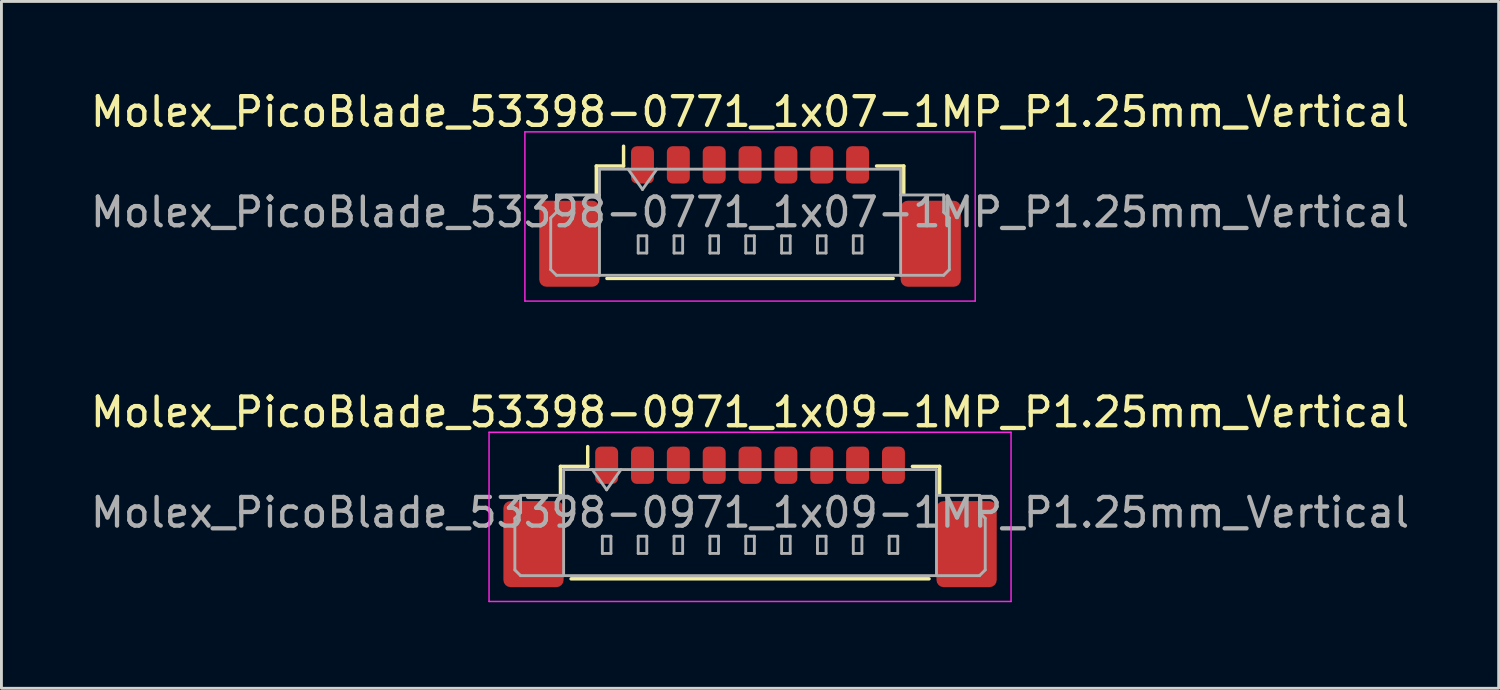
<source format=kicad_pcb>
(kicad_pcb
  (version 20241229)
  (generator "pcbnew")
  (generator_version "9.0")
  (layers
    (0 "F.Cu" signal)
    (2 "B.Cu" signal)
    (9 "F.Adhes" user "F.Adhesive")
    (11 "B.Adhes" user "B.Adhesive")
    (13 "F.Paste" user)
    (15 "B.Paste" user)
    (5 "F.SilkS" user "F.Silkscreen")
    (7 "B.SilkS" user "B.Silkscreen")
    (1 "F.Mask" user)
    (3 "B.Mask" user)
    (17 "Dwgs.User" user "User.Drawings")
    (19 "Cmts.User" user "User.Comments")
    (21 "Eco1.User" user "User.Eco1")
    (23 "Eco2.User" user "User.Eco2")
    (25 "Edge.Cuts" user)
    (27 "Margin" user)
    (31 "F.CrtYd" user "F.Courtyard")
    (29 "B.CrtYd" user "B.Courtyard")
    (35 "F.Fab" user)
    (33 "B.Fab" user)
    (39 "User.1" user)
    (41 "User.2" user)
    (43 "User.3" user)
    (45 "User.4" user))
  (footprint "Molex_PicoBlade_53398-0771_1x07-1MP_P1.25mm_Vertical"
    (layer "F.Cu")
    (at 23.101 3.948)
    (property "Reference" "Molex_PicoBlade_53398-0771_1x07-1MP_P1.25mm_Vertical" (at 0 -3.1 0) (layer "F.SilkS") (effects (font (size 1 1) (thickness 0.15))))
    (attr smd)
    (fp_line (start -5.36 -1.21) (end -4.41 -1.21) (stroke (width 0.12) (type solid)) (layer "F.SilkS"))
    (fp_line (start -5.36 -0.26) (end -5.36 -1.21) (stroke (width 0.12) (type solid)) (layer "F.SilkS"))
    (fp_line (start -4.99 2.71) (end 4.99 2.71) (stroke (width 0.12) (type solid)) (layer "F.SilkS"))
    (fp_line (start -4.41 -1.21) (end -4.41 -1.9) (stroke (width 0.12) (type solid)) (layer "F.SilkS"))
    (fp_line (start 5.36 -1.21) (end 4.41 -1.21) (stroke (width 0.12) (type solid)) (layer "F.SilkS"))
    (fp_line (start 5.36 -0.26) (end 5.36 -1.21) (stroke (width 0.12) (type solid)) (layer "F.SilkS"))
    (fp_line (start -7.85 -2.4) (end -7.85 3.5) (stroke (width 0.05) (type solid)) (layer "F.CrtYd"))
    (fp_line (start -7.85 3.5) (end 7.85 3.5) (stroke (width 0.05) (type solid)) (layer "F.CrtYd"))
    (fp_line (start 7.85 -2.4) (end -7.85 -2.4) (stroke (width 0.05) (type solid)) (layer "F.CrtYd"))
    (fp_line (start 7.85 3.5) (end 7.85 -2.4) (stroke (width 0.05) (type solid)) (layer "F.CrtYd"))
    (fp_line (start -6.95 0.6) (end -6.75 0.4) (stroke (width 0.1) (type solid)) (layer "F.Fab"))
    (fp_line (start -6.95 2.4) (end -6.95 0.6) (stroke (width 0.1) (type solid)) (layer "F.Fab"))
    (fp_line (start -6.75 -0.2) (end -5.25 -0.2) (stroke (width 0.1) (type solid)) (layer "F.Fab"))
    (fp_line (start -6.75 0.4) (end -6.75 -0.2) (stroke (width 0.1) (type solid)) (layer "F.Fab"))
    (fp_line (start -6.75 2.6) (end -6.95 2.4) (stroke (width 0.1) (type solid)) (layer "F.Fab"))
    (fp_line (start -5.25 -1.1) (end -5.25 2.6) (stroke (width 0.1) (type solid)) (layer "F.Fab"))
    (fp_line (start -5.25 -1.1) (end 5.25 -1.1) (stroke (width 0.1) (type solid)) (layer "F.Fab"))
    (fp_line (start -5.25 2.6) (end -6.75 2.6) (stroke (width 0.1) (type solid)) (layer "F.Fab"))
    (fp_line (start -5.25 2.6) (end 5.25 2.6) (stroke (width 0.1) (type solid)) (layer "F.Fab"))
    (fp_line (start -4.25 -1.1) (end -3.75 -0.393) (stroke (width 0.1) (type solid)) (layer "F.Fab"))
    (fp_line (start -3.9 1.225) (end -3.9 1.825) (stroke (width 0.1) (type solid)) (layer "F.Fab"))
    (fp_line (start -3.9 1.825) (end -3.6 1.825) (stroke (width 0.1) (type solid)) (layer "F.Fab"))
    (fp_line (start -3.75 -0.393) (end -3.25 -1.1) (stroke (width 0.1) (type solid)) (layer "F.Fab"))
    (fp_line (start -3.6 1.225) (end -3.9 1.225) (stroke (width 0.1) (type solid)) (layer "F.Fab"))
    (fp_line (start -3.6 1.825) (end -3.6 1.225) (stroke (width 0.1) (type solid)) (layer "F.Fab"))
    (fp_line (start -2.65 1.225) (end -2.65 1.825) (stroke (width 0.1) (type solid)) (layer "F.Fab"))
    (fp_line (start -2.65 1.825) (end -2.35 1.825) (stroke (width 0.1) (type solid)) (layer "F.Fab"))
    (fp_line (start -2.35 1.225) (end -2.65 1.225) (stroke (width 0.1) (type solid)) (layer "F.Fab"))
    (fp_line (start -2.35 1.825) (end -2.35 1.225) (stroke (width 0.1) (type solid)) (layer "F.Fab"))
    (fp_line (start -1.4 1.225) (end -1.4 1.825) (stroke (width 0.1) (type solid)) (layer "F.Fab"))
    (fp_line (start -1.4 1.825) (end -1.1 1.825) (stroke (width 0.1) (type solid)) (layer "F.Fab"))
    (fp_line (start -1.1 1.225) (end -1.4 1.225) (stroke (width 0.1) (type solid)) (layer "F.Fab"))
    (fp_line (start -1.1 1.825) (end -1.1 1.225) (stroke (width 0.1) (type solid)) (layer "F.Fab"))
    (fp_line (start -0.15 1.225) (end -0.15 1.825) (stroke (width 0.1) (type solid)) (layer "F.Fab"))
    (fp_line (start -0.15 1.825) (end 0.15 1.825) (stroke (width 0.1) (type solid)) (layer "F.Fab"))
    (fp_line (start 0.15 1.225) (end -0.15 1.225) (stroke (width 0.1) (type solid)) (layer "F.Fab"))
    (fp_line (start 0.15 1.825) (end 0.15 1.225) (stroke (width 0.1) (type solid)) (layer "F.Fab"))
    (fp_line (start 1.1 1.225) (end 1.1 1.825) (stroke (width 0.1) (type solid)) (layer "F.Fab"))
    (fp_line (start 1.1 1.825) (end 1.4 1.825) (stroke (width 0.1) (type solid)) (layer "F.Fab"))
    (fp_line (start 1.4 1.225) (end 1.1 1.225) (stroke (width 0.1) (type solid)) (layer "F.Fab"))
    (fp_line (start 1.4 1.825) (end 1.4 1.225) (stroke (width 0.1) (type solid)) (layer "F.Fab"))
    (fp_line (start 2.35 1.225) (end 2.35 1.825) (stroke (width 0.1) (type solid)) (layer "F.Fab"))
    (fp_line (start 2.35 1.825) (end 2.65 1.825) (stroke (width 0.1) (type solid)) (layer "F.Fab"))
    (fp_line (start 2.65 1.225) (end 2.35 1.225) (stroke (width 0.1) (type solid)) (layer "F.Fab"))
    (fp_line (start 2.65 1.825) (end 2.65 1.225) (stroke (width 0.1) (type solid)) (layer "F.Fab"))
    (fp_line (start 3.6 1.225) (end 3.6 1.825) (stroke (width 0.1) (type solid)) (layer "F.Fab"))
    (fp_line (start 3.6 1.825) (end 3.9 1.825) (stroke (width 0.1) (type solid)) (layer "F.Fab"))
    (fp_line (start 3.9 1.225) (end 3.6 1.225) (stroke (width 0.1) (type solid)) (layer "F.Fab"))
    (fp_line (start 3.9 1.825) (end 3.9 1.225) (stroke (width 0.1) (type solid)) (layer "F.Fab"))
    (fp_line (start 5.25 -1.1) (end 5.25 2.6) (stroke (width 0.1) (type solid)) (layer "F.Fab"))
    (fp_line (start 5.25 2.6) (end 6.75 2.6) (stroke (width 0.1) (type solid)) (layer "F.Fab"))
    (fp_line (start 6.75 -0.2) (end 5.25 -0.2) (stroke (width 0.1) (type solid)) (layer "F.Fab"))
    (fp_line (start 6.75 0.4) (end 6.75 -0.2) (stroke (width 0.1) (type solid)) (layer "F.Fab"))
    (fp_line (start 6.75 2.6) (end 6.95 2.4) (stroke (width 0.1) (type solid)) (layer "F.Fab"))
    (fp_line (start 6.95 0.6) (end 6.75 0.4) (stroke (width 0.1) (type solid)) (layer "F.Fab"))
    (fp_line (start 6.95 2.4) (end 6.95 0.6) (stroke (width 0.1) (type solid)) (layer "F.Fab"))
    (fp_text user "${REFERENCE}" (at 0 0.4 0) (layer "F.Fab") (effects (font (size 1 1) (thickness 0.15))))
    (pad "1" smd roundrect (at -3.75 -1.25) (size 0.8 1.3) (layers "F.Cu" "F.Mask" "F.Paste") (roundrect_rratio 0.25))
    (pad "2" smd roundrect (at -2.5 -1.25) (size 0.8 1.3) (layers "F.Cu" "F.Mask" "F.Paste") (roundrect_rratio 0.25))
    (pad "3" smd roundrect (at -1.25 -1.25) (size 0.8 1.3) (layers "F.Cu" "F.Mask" "F.Paste") (roundrect_rratio 0.25))
    (pad "4" smd roundrect (at 0 -1.25) (size 0.8 1.3) (layers "F.Cu" "F.Mask" "F.Paste") (roundrect_rratio 0.25))
    (pad "5" smd roundrect (at 1.25 -1.25) (size 0.8 1.3) (layers "F.Cu" "F.Mask" "F.Paste") (roundrect_rratio 0.25))
    (pad "6" smd roundrect (at 2.5 -1.25) (size 0.8 1.3) (layers "F.Cu" "F.Mask" "F.Paste") (roundrect_rratio 0.25))
    (pad "7" smd roundrect (at 3.75 -1.25) (size 0.8 1.3) (layers "F.Cu" "F.Mask" "F.Paste") (roundrect_rratio 0.25))
    (pad "MP" smd roundrect (at -6.3 1.5) (size 2.1 3) (layers "F.Cu" "F.Mask" "F.Paste") (roundrect_rratio 0.119))
    (pad "MP" smd roundrect (at 6.3 1.5) (size 2.1 3) (layers "F.Cu" "F.Mask" "F.Paste") (roundrect_rratio 0.119)))
  (footprint "Molex_PicoBlade_53398-0971_1x09-1MP_P1.25mm_Vertical"
    (layer "F.Cu")
    (at 23.101 14.421)
    (property "Reference" "Molex_PicoBlade_53398-0971_1x09-1MP_P1.25mm_Vertical" (at 0 -3.1 0) (layer "F.SilkS") (effects (font (size 1 1) (thickness 0.15))))
    (attr smd)
    (fp_line (start -6.61 -1.21) (end -5.66 -1.21) (stroke (width 0.12) (type solid)) (layer "F.SilkS"))
    (fp_line (start -6.61 -0.26) (end -6.61 -1.21) (stroke (width 0.12) (type solid)) (layer "F.SilkS"))
    (fp_line (start -6.24 2.71) (end 6.24 2.71) (stroke (width 0.12) (type solid)) (layer "F.SilkS"))
    (fp_line (start -5.66 -1.21) (end -5.66 -1.9) (stroke (width 0.12) (type solid)) (layer "F.SilkS"))
    (fp_line (start 6.61 -1.21) (end 5.66 -1.21) (stroke (width 0.12) (type solid)) (layer "F.SilkS"))
    (fp_line (start 6.61 -0.26) (end 6.61 -1.21) (stroke (width 0.12) (type solid)) (layer "F.SilkS"))
    (fp_line (start -9.1 -2.4) (end -9.1 3.5) (stroke (width 0.05) (type solid)) (layer "F.CrtYd"))
    (fp_line (start -9.1 3.5) (end 9.1 3.5) (stroke (width 0.05) (type solid)) (layer "F.CrtYd"))
    (fp_line (start 9.1 -2.4) (end -9.1 -2.4) (stroke (width 0.05) (type solid)) (layer "F.CrtYd"))
    (fp_line (start 9.1 3.5) (end 9.1 -2.4) (stroke (width 0.05) (type solid)) (layer "F.CrtYd"))
    (fp_line (start -8.2 0.6) (end -8 0.4) (stroke (width 0.1) (type solid)) (layer "F.Fab"))
    (fp_line (start -8.2 2.4) (end -8.2 0.6) (stroke (width 0.1) (type solid)) (layer "F.Fab"))
    (fp_line (start -8 -0.2) (end -6.5 -0.2) (stroke (width 0.1) (type solid)) (layer "F.Fab"))
    (fp_line (start -8 0.4) (end -8 -0.2) (stroke (width 0.1) (type solid)) (layer "F.Fab"))
    (fp_line (start -8 2.6) (end -8.2 2.4) (stroke (width 0.1) (type solid)) (layer "F.Fab"))
    (fp_line (start -6.5 -1.1) (end -6.5 2.6) (stroke (width 0.1) (type solid)) (layer "F.Fab"))
    (fp_line (start -6.5 -1.1) (end 6.5 -1.1) (stroke (width 0.1) (type solid)) (layer "F.Fab"))
    (fp_line (start -6.5 2.6) (end -8 2.6) (stroke (width 0.1) (type solid)) (layer "F.Fab"))
    (fp_line (start -6.5 2.6) (end 6.5 2.6) (stroke (width 0.1) (type solid)) (layer "F.Fab"))
    (fp_line (start -5.5 -1.1) (end -5 -0.393) (stroke (width 0.1) (type solid)) (layer "F.Fab"))
    (fp_line (start -5.15 1.225) (end -5.15 1.825) (stroke (width 0.1) (type solid)) (layer "F.Fab"))
    (fp_line (start -5.15 1.825) (end -4.85 1.825) (stroke (width 0.1) (type solid)) (layer "F.Fab"))
    (fp_line (start -5 -0.393) (end -4.5 -1.1) (stroke (width 0.1) (type solid)) (layer "F.Fab"))
    (fp_line (start -4.85 1.225) (end -5.15 1.225) (stroke (width 0.1) (type solid)) (layer "F.Fab"))
    (fp_line (start -4.85 1.825) (end -4.85 1.225) (stroke (width 0.1) (type solid)) (layer "F.Fab"))
    (fp_line (start -3.9 1.225) (end -3.9 1.825) (stroke (width 0.1) (type solid)) (layer "F.Fab"))
    (fp_line (start -3.9 1.825) (end -3.6 1.825) (stroke (width 0.1) (type solid)) (layer "F.Fab"))
    (fp_line (start -3.6 1.225) (end -3.9 1.225) (stroke (width 0.1) (type solid)) (layer "F.Fab"))
    (fp_line (start -3.6 1.825) (end -3.6 1.225) (stroke (width 0.1) (type solid)) (layer "F.Fab"))
    (fp_line (start -2.65 1.225) (end -2.65 1.825) (stroke (width 0.1) (type solid)) (layer "F.Fab"))
    (fp_line (start -2.65 1.825) (end -2.35 1.825) (stroke (width 0.1) (type solid)) (layer "F.Fab"))
    (fp_line (start -2.35 1.225) (end -2.65 1.225) (stroke (width 0.1) (type solid)) (layer "F.Fab"))
    (fp_line (start -2.35 1.825) (end -2.35 1.225) (stroke (width 0.1) (type solid)) (layer "F.Fab"))
    (fp_line (start -1.4 1.225) (end -1.4 1.825) (stroke (width 0.1) (type solid)) (layer "F.Fab"))
    (fp_line (start -1.4 1.825) (end -1.1 1.825) (stroke (width 0.1) (type solid)) (layer "F.Fab"))
    (fp_line (start -1.1 1.225) (end -1.4 1.225) (stroke (width 0.1) (type solid)) (layer "F.Fab"))
    (fp_line (start -1.1 1.825) (end -1.1 1.225) (stroke (width 0.1) (type solid)) (layer "F.Fab"))
    (fp_line (start -0.15 1.225) (end -0.15 1.825) (stroke (width 0.1) (type solid)) (layer "F.Fab"))
    (fp_line (start -0.15 1.825) (end 0.15 1.825) (stroke (width 0.1) (type solid)) (layer "F.Fab"))
    (fp_line (start 0.15 1.225) (end -0.15 1.225) (stroke (width 0.1) (type solid)) (layer "F.Fab"))
    (fp_line (start 0.15 1.825) (end 0.15 1.225) (stroke (width 0.1) (type solid)) (layer "F.Fab"))
    (fp_line (start 1.1 1.225) (end 1.1 1.825) (stroke (width 0.1) (type solid)) (layer "F.Fab"))
    (fp_line (start 1.1 1.825) (end 1.4 1.825) (stroke (width 0.1) (type solid)) (layer "F.Fab"))
    (fp_line (start 1.4 1.225) (end 1.1 1.225) (stroke (width 0.1) (type solid)) (layer "F.Fab"))
    (fp_line (start 1.4 1.825) (end 1.4 1.225) (stroke (width 0.1) (type solid)) (layer "F.Fab"))
    (fp_line (start 2.35 1.225) (end 2.35 1.825) (stroke (width 0.1) (type solid)) (layer "F.Fab"))
    (fp_line (start 2.35 1.825) (end 2.65 1.825) (stroke (width 0.1) (type solid)) (layer "F.Fab"))
    (fp_line (start 2.65 1.225) (end 2.35 1.225) (stroke (width 0.1) (type solid)) (layer "F.Fab"))
    (fp_line (start 2.65 1.825) (end 2.65 1.225) (stroke (width 0.1) (type solid)) (layer "F.Fab"))
    (fp_line (start 3.6 1.225) (end 3.6 1.825) (stroke (width 0.1) (type solid)) (layer "F.Fab"))
    (fp_line (start 3.6 1.825) (end 3.9 1.825) (stroke (width 0.1) (type solid)) (layer "F.Fab"))
    (fp_line (start 3.9 1.225) (end 3.6 1.225) (stroke (width 0.1) (type solid)) (layer "F.Fab"))
    (fp_line (start 3.9 1.825) (end 3.9 1.225) (stroke (width 0.1) (type solid)) (layer "F.Fab"))
    (fp_line (start 4.85 1.225) (end 4.85 1.825) (stroke (width 0.1) (type solid)) (layer "F.Fab"))
    (fp_line (start 4.85 1.825) (end 5.15 1.825) (stroke (width 0.1) (type solid)) (layer "F.Fab"))
    (fp_line (start 5.15 1.225) (end 4.85 1.225) (stroke (width 0.1) (type solid)) (layer "F.Fab"))
    (fp_line (start 5.15 1.825) (end 5.15 1.225) (stroke (width 0.1) (type solid)) (layer "F.Fab"))
    (fp_line (start 6.5 -1.1) (end 6.5 2.6) (stroke (width 0.1) (type solid)) (layer "F.Fab"))
    (fp_line (start 6.5 2.6) (end 8 2.6) (stroke (width 0.1) (type solid)) (layer "F.Fab"))
    (fp_line (start 8 -0.2) (end 6.5 -0.2) (stroke (width 0.1) (type solid)) (layer "F.Fab"))
    (fp_line (start 8 0.4) (end 8 -0.2) (stroke (width 0.1) (type solid)) (layer "F.Fab"))
    (fp_line (start 8 2.6) (end 8.2 2.4) (stroke (width 0.1) (type solid)) (layer "F.Fab"))
    (fp_line (start 8.2 0.6) (end 8 0.4) (stroke (width 0.1) (type solid)) (layer "F.Fab"))
    (fp_line (start 8.2 2.4) (end 8.2 0.6) (stroke (width 0.1) (type solid)) (layer "F.Fab"))
    (fp_text user "${REFERENCE}" (at 0 0.4 0) (layer "F.Fab") (effects (font (size 1 1) (thickness 0.15))))
    (pad "1" smd roundrect (at -5 -1.25) (size 0.8 1.3) (layers "F.Cu" "F.Mask" "F.Paste") (roundrect_rratio 0.25))
    (pad "2" smd roundrect (at -3.75 -1.25) (size 0.8 1.3) (layers "F.Cu" "F.Mask" "F.Paste") (roundrect_rratio 0.25))
    (pad "3" smd roundrect (at -2.5 -1.25) (size 0.8 1.3) (layers "F.Cu" "F.Mask" "F.Paste") (roundrect_rratio 0.25))
    (pad "4" smd roundrect (at -1.25 -1.25) (size 0.8 1.3) (layers "F.Cu" "F.Mask" "F.Paste") (roundrect_rratio 0.25))
    (pad "5" smd roundrect (at 0 -1.25) (size 0.8 1.3) (layers "F.Cu" "F.Mask" "F.Paste") (roundrect_rratio 0.25))
    (pad "6" smd roundrect (at 1.25 -1.25) (size 0.8 1.3) (layers "F.Cu" "F.Mask" "F.Paste") (roundrect_rratio 0.25))
    (pad "7" smd roundrect (at 2.5 -1.25) (size 0.8 1.3) (layers "F.Cu" "F.Mask" "F.Paste") (roundrect_rratio 0.25))
    (pad "8" smd roundrect (at 3.75 -1.25) (size 0.8 1.3) (layers "F.Cu" "F.Mask" "F.Paste") (roundrect_rratio 0.25))
    (pad "9" smd roundrect (at 5 -1.25) (size 0.8 1.3) (layers "F.Cu" "F.Mask" "F.Paste") (roundrect_rratio 0.25))
    (pad "MP" smd roundrect (at -7.55 1.5) (size 2.1 3) (layers "F.Cu" "F.Mask" "F.Paste") (roundrect_rratio 0.119))
    (pad "MP" smd roundrect (at 7.55 1.5) (size 2.1 3) (layers "F.Cu" "F.Mask" "F.Paste") (roundrect_rratio 0.119)))
  (gr_rect
    (start -3 -3)
    (end 49.202 20.947)
    (stroke (width 0.1) (type default))
    (fill no)
    (layer "Edge.Cuts")))
</source>
